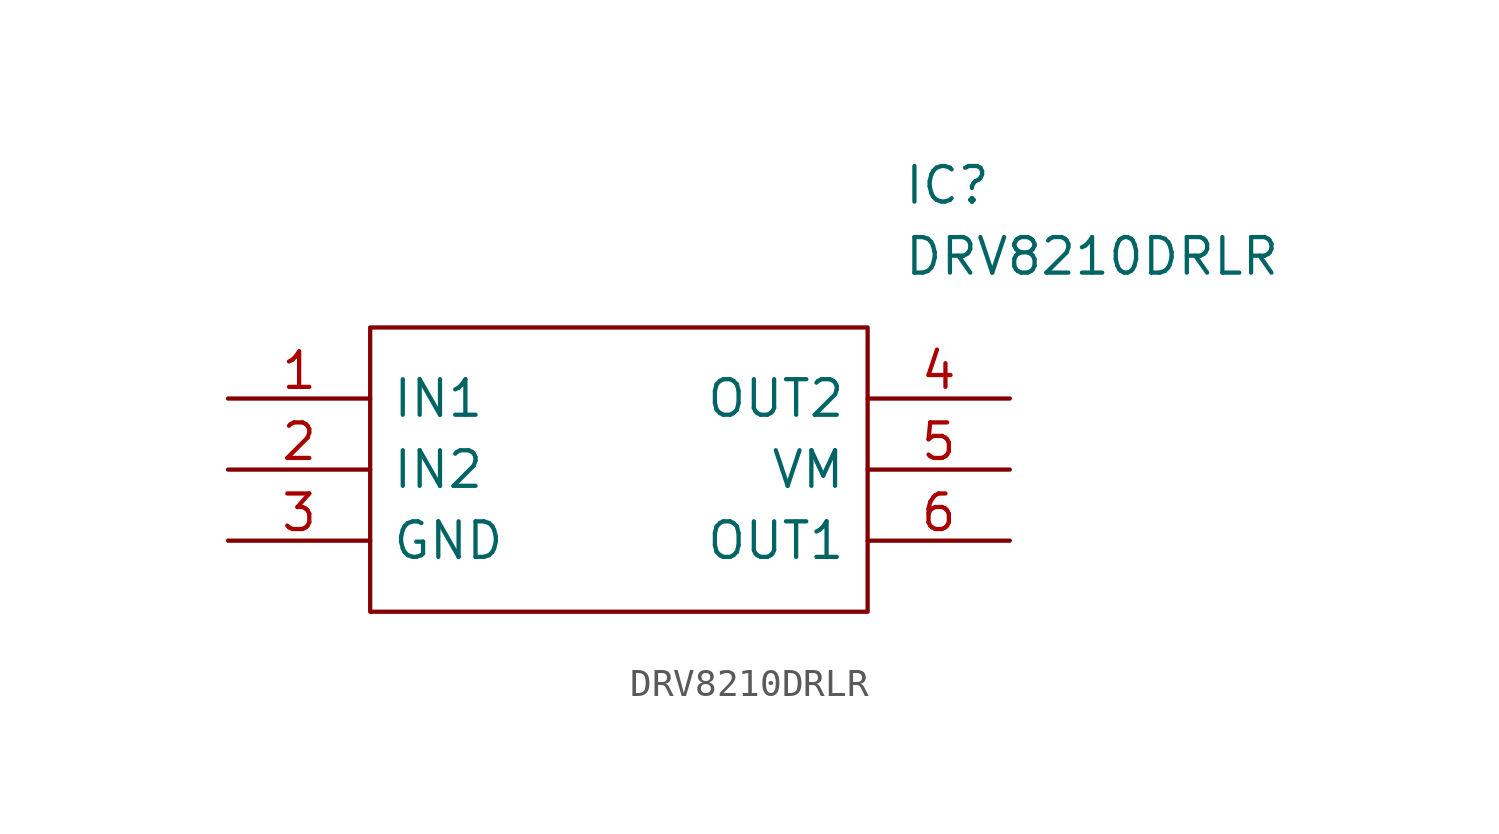
<source format=kicad_sym>
(kicad_symbol_lib
  (version 20211014)
  (generator kicad_symbol_editor)
  (symbol "DRV8210DRLR"
    (pin_names
      (offset 0.762))
    (property "Reference" "IC"
      (at 24.13 7.62 0)
      (effects (font (size 1.27 1.27)) (justify left)))
    (property "Value" "DRV8210DRLR"
      (at 24.13 5.08 0)
      (effects (font (size 1.27 1.27)) (justify left)))
    (symbol "DRV8210DRLR_0_0"
      (pin passive line (at 0 0 0) (length 5.08) (name "IN1" (effects (font (size 1.27 1.27)))) (number "1" (effects (font (size 1.27 1.27)))))
      (pin passive line (at 0 -2.54 0) (length 5.08) (name "IN2" (effects (font (size 1.27 1.27)))) (number "2" (effects (font (size 1.27 1.27)))))
      (pin passive line (at 0 -5.08 0) (length 5.08) (name "GND" (effects (font (size 1.27 1.27)))) (number "3" (effects (font (size 1.27 1.27)))))
      (pin passive line (at 27.94 0 180) (length 5.08) (name "OUT2" (effects (font (size 1.27 1.27)))) (number "4" (effects (font (size 1.27 1.27)))))
      (pin passive line (at 27.94 -2.54 180) (length 5.08) (name "VM" (effects (font (size 1.27 1.27)))) (number "5" (effects (font (size 1.27 1.27)))))
      (pin passive line (at 27.94 -5.08 180) (length 5.08) (name "OUT1" (effects (font (size 1.27 1.27)))) (number "6" (effects (font (size 1.27 1.27))))))
    (symbol "DRV8210DRLR_0_1"
      (polyline (pts (xy 5.08 2.54) (xy 22.86 2.54) (xy 22.86 -7.62) (xy 5.08 -7.62) (xy 5.08 2.54)) (stroke (width 0.152) (type default) (color 0 0 0 0)) (fill (type none))))))
</source>
